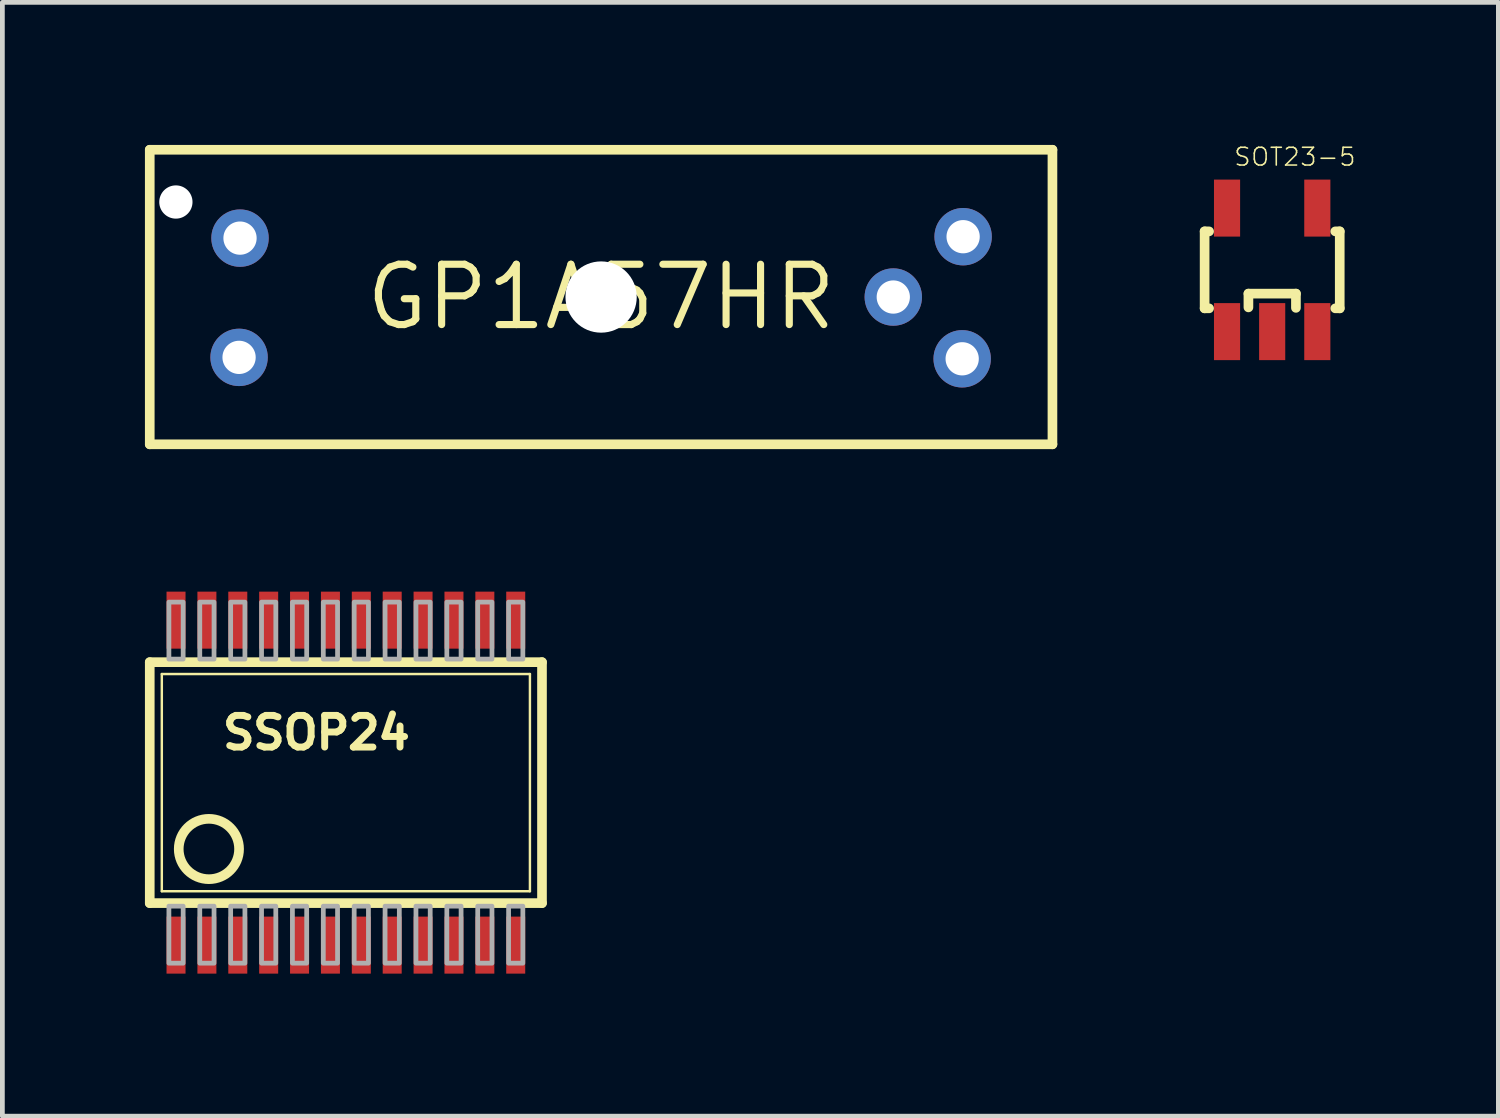
<source format=kicad_pcb>
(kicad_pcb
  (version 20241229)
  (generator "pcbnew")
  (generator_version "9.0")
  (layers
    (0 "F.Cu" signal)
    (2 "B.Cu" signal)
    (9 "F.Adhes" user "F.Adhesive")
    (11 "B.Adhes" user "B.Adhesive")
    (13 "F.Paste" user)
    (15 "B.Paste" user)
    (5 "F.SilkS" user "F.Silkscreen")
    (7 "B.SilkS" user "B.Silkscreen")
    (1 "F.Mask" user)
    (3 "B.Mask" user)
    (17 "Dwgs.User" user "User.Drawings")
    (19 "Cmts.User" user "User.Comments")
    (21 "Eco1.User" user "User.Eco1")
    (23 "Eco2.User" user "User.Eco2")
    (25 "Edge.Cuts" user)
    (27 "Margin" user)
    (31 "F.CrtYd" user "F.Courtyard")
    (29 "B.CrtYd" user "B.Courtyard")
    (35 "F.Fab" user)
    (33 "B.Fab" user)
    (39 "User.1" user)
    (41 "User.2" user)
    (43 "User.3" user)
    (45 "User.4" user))
  (footprint "SOT23-5"
    (layer "F.Cu")
    (at 23.727 2.63)
    (property "Reference" "SOT23-5" (at -0.826 -2.159 0) (unlocked yes) (layer "F.SilkS") (effects (font (size 0.374 0.374) (thickness 0.033)) (justify left bottom)))
    (fp_line (start -1.422 -0.81) (end -1.328 -0.81) (stroke (width 0.203) (type solid)) (layer "F.SilkS"))
    (fp_line (start -1.422 0.81) (end -1.422 -0.81) (stroke (width 0.203) (type solid)) (layer "F.SilkS"))
    (fp_line (start -1.328 0.81) (end -1.422 0.81) (stroke (width 0.203) (type solid)) (layer "F.SilkS"))
    (fp_line (start -0.5 0.5) (end -0.5 0.79) (stroke (width 0.203) (type solid)) (layer "F.SilkS"))
    (fp_line (start 0.5 0.5) (end -0.5 0.5) (stroke (width 0.203) (type solid)) (layer "F.SilkS"))
    (fp_line (start 0.5 0.5) (end 0.5 0.8) (stroke (width 0.203) (type solid)) (layer "F.SilkS"))
    (fp_line (start 1.328 -0.81) (end 1.422 -0.81) (stroke (width 0.203) (type solid)) (layer "F.SilkS"))
    (fp_line (start 1.422 -0.81) (end 1.422 0.81) (stroke (width 0.203) (type solid)) (layer "F.SilkS"))
    (fp_line (start 1.422 0.81) (end 1.328 0.81) (stroke (width 0.203) (type solid)) (layer "F.SilkS"))
    (pad "1" smd rect (at -0.95 1.3) (size 0.55 1.2) (layers "F.Cu" "F.Mask" "F.Paste"))
    (pad "2" smd rect (at 0 1.3) (size 0.55 1.2) (layers "F.Cu" "F.Mask" "F.Paste"))
    (pad "3" smd rect (at 0.95 1.3) (size 0.55 1.2) (layers "F.Cu" "F.Mask" "F.Paste"))
    (pad "4" smd rect (at 0.95 -1.3) (size 0.55 1.2) (layers "F.Cu" "F.Mask" "F.Paste"))
    (pad "5" smd rect (at -0.95 -1.3) (size 0.55 1.2) (layers "F.Cu" "F.Mask" "F.Paste")))
  (footprint "SSOP24"
    (layer "F.Cu")
    (at 4.23 13.423)
    (property "Reference" "SSOP24" (at -2.667 -0.66 0) (unlocked yes) (layer "F.SilkS") (effects (font (size 0.666 0.666) (thickness 0.146)) (justify left bottom)))
    (fp_line (start -4.128 2.536) (end -4.128 -2.536) (stroke (width 0.203) (type solid)) (layer "F.SilkS"))
    (fp_line (start -4.128 2.536) (end 4.128 2.536) (stroke (width 0.203) (type solid)) (layer "F.SilkS"))
    (fp_line (start -3.874 2.286) (end -3.874 -2.286) (stroke (width 0.051) (type solid)) (layer "F.SilkS"))
    (fp_line (start -3.874 2.286) (end 3.874 2.286) (stroke (width 0.051) (type solid)) (layer "F.SilkS"))
    (fp_line (start 3.874 -2.286) (end -3.874 -2.286) (stroke (width 0.051) (type solid)) (layer "F.SilkS"))
    (fp_line (start 3.874 -2.286) (end 3.874 2.286) (stroke (width 0.051) (type solid)) (layer "F.SilkS"))
    (fp_line (start 4.128 -2.536) (end -4.128 -2.536) (stroke (width 0.203) (type solid)) (layer "F.SilkS"))
    (fp_line (start 4.128 2.536) (end 4.128 -2.536) (stroke (width 0.203) (type solid)) (layer "F.SilkS"))
    (fp_circle (center -2.883 1.397) (end -2.248 1.397) (stroke (width 0.203) (type solid)) (fill no) (layer "F.SilkS"))
    (fp_poly (pts (xy -3.725 -2.6) (xy -3.425 -2.6) (xy -3.425 -3.8) (xy -3.725 -3.8)) (stroke (width 0.1) (type default)) (fill no) (layer "F.Fab"))
    (fp_poly (pts (xy -3.725 3.8) (xy -3.425 3.8) (xy -3.425 2.6) (xy -3.725 2.6)) (stroke (width 0.1) (type default)) (fill no) (layer "F.Fab"))
    (fp_poly (pts (xy -3.075 -2.6) (xy -2.775 -2.6) (xy -2.775 -3.8) (xy -3.075 -3.8)) (stroke (width 0.1) (type default)) (fill no) (layer "F.Fab"))
    (fp_poly (pts (xy -3.075 3.8) (xy -2.775 3.8) (xy -2.775 2.6) (xy -3.075 2.6)) (stroke (width 0.1) (type default)) (fill no) (layer "F.Fab"))
    (fp_poly (pts (xy -2.425 -2.6) (xy -2.125 -2.6) (xy -2.125 -3.8) (xy -2.425 -3.8)) (stroke (width 0.1) (type default)) (fill no) (layer "F.Fab"))
    (fp_poly (pts (xy -2.425 3.8) (xy -2.125 3.8) (xy -2.125 2.6) (xy -2.425 2.6)) (stroke (width 0.1) (type default)) (fill no) (layer "F.Fab"))
    (fp_poly (pts (xy -1.775 -2.6) (xy -1.475 -2.6) (xy -1.475 -3.8) (xy -1.775 -3.8)) (stroke (width 0.1) (type default)) (fill no) (layer "F.Fab"))
    (fp_poly (pts (xy -1.775 3.8) (xy -1.475 3.8) (xy -1.475 2.6) (xy -1.775 2.6)) (stroke (width 0.1) (type default)) (fill no) (layer "F.Fab"))
    (fp_poly (pts (xy -1.125 -2.6) (xy -0.825 -2.6) (xy -0.825 -3.8) (xy -1.125 -3.8)) (stroke (width 0.1) (type default)) (fill no) (layer "F.Fab"))
    (fp_poly (pts (xy -1.125 3.8) (xy -0.825 3.8) (xy -0.825 2.6) (xy -1.125 2.6)) (stroke (width 0.1) (type default)) (fill no) (layer "F.Fab"))
    (fp_poly (pts (xy -0.475 -2.6) (xy -0.175 -2.6) (xy -0.175 -3.8) (xy -0.475 -3.8)) (stroke (width 0.1) (type default)) (fill no) (layer "F.Fab"))
    (fp_poly (pts (xy -0.475 3.8) (xy -0.175 3.8) (xy -0.175 2.6) (xy -0.475 2.6)) (stroke (width 0.1) (type default)) (fill no) (layer "F.Fab"))
    (fp_poly (pts (xy 0.175 -2.6) (xy 0.475 -2.6) (xy 0.475 -3.8) (xy 0.175 -3.8)) (stroke (width 0.1) (type default)) (fill no) (layer "F.Fab"))
    (fp_poly (pts (xy 0.175 3.8) (xy 0.475 3.8) (xy 0.475 2.6) (xy 0.175 2.6)) (stroke (width 0.1) (type default)) (fill no) (layer "F.Fab"))
    (fp_poly (pts (xy 0.825 -2.6) (xy 1.125 -2.6) (xy 1.125 -3.8) (xy 0.825 -3.8)) (stroke (width 0.1) (type default)) (fill no) (layer "F.Fab"))
    (fp_poly (pts (xy 0.825 3.8) (xy 1.125 3.8) (xy 1.125 2.6) (xy 0.825 2.6)) (stroke (width 0.1) (type default)) (fill no) (layer "F.Fab"))
    (fp_poly (pts (xy 1.475 -2.6) (xy 1.775 -2.6) (xy 1.775 -3.8) (xy 1.475 -3.8)) (stroke (width 0.1) (type default)) (fill no) (layer "F.Fab"))
    (fp_poly (pts (xy 1.475 3.8) (xy 1.775 3.8) (xy 1.775 2.6) (xy 1.475 2.6)) (stroke (width 0.1) (type default)) (fill no) (layer "F.Fab"))
    (fp_poly (pts (xy 2.125 -2.6) (xy 2.425 -2.6) (xy 2.425 -3.8) (xy 2.125 -3.8)) (stroke (width 0.1) (type default)) (fill no) (layer "F.Fab"))
    (fp_poly (pts (xy 2.125 3.8) (xy 2.425 3.8) (xy 2.425 2.6) (xy 2.125 2.6)) (stroke (width 0.1) (type default)) (fill no) (layer "F.Fab"))
    (fp_poly (pts (xy 2.775 -2.6) (xy 3.075 -2.6) (xy 3.075 -3.8) (xy 2.775 -3.8)) (stroke (width 0.1) (type default)) (fill no) (layer "F.Fab"))
    (fp_poly (pts (xy 2.775 3.8) (xy 3.075 3.8) (xy 3.075 2.6) (xy 2.775 2.6)) (stroke (width 0.1) (type default)) (fill no) (layer "F.Fab"))
    (fp_poly (pts (xy 3.425 -2.6) (xy 3.725 -2.6) (xy 3.725 -3.8) (xy 3.425 -3.8)) (stroke (width 0.1) (type default)) (fill no) (layer "F.Fab"))
    (fp_poly (pts (xy 3.425 3.8) (xy 3.725 3.8) (xy 3.725 2.6) (xy 3.425 2.6)) (stroke (width 0.1) (type default)) (fill no) (layer "F.Fab"))
    (pad "1" smd rect (at -3.575 3.42) (size 0.4 1.2) (layers "F.Cu" "F.Mask" "F.Paste"))
    (pad "2" smd rect (at -2.925 3.42) (size 0.4 1.2) (layers "F.Cu" "F.Mask" "F.Paste"))
    (pad "3" smd rect (at -2.275 3.42) (size 0.4 1.2) (layers "F.Cu" "F.Mask" "F.Paste"))
    (pad "4" smd rect (at -1.625 3.42) (size 0.4 1.2) (layers "F.Cu" "F.Mask" "F.Paste"))
    (pad "5" smd rect (at -0.975 3.42) (size 0.4 1.2) (layers "F.Cu" "F.Mask" "F.Paste"))
    (pad "6" smd rect (at -0.325 3.42) (size 0.4 1.2) (layers "F.Cu" "F.Mask" "F.Paste"))
    (pad "7" smd rect (at 0.325 3.42) (size 0.4 1.2) (layers "F.Cu" "F.Mask" "F.Paste"))
    (pad "8" smd rect (at 0.975 3.42) (size 0.4 1.2) (layers "F.Cu" "F.Mask" "F.Paste"))
    (pad "9" smd rect (at 1.625 3.42) (size 0.4 1.2) (layers "F.Cu" "F.Mask" "F.Paste"))
    (pad "10" smd rect (at 2.275 3.42) (size 0.4 1.2) (layers "F.Cu" "F.Mask" "F.Paste"))
    (pad "11" smd rect (at 2.925 3.42) (size 0.4 1.2) (layers "F.Cu" "F.Mask" "F.Paste"))
    (pad "12" smd rect (at 3.575 3.42) (size 0.4 1.2) (layers "F.Cu" "F.Mask" "F.Paste"))
    (pad "13" smd rect (at 3.575 -3.42) (size 0.4 1.2) (layers "F.Cu" "F.Mask" "F.Paste"))
    (pad "14" smd rect (at 2.925 -3.42) (size 0.4 1.2) (layers "F.Cu" "F.Mask" "F.Paste"))
    (pad "15" smd rect (at 2.275 -3.42) (size 0.4 1.2) (layers "F.Cu" "F.Mask" "F.Paste"))
    (pad "16" smd rect (at 1.625 -3.42) (size 0.4 1.2) (layers "F.Cu" "F.Mask" "F.Paste"))
    (pad "17" smd rect (at 0.975 -3.42) (size 0.4 1.2) (layers "F.Cu" "F.Mask" "F.Paste"))
    (pad "18" smd rect (at 0.325 -3.42) (size 0.4 1.2) (layers "F.Cu" "F.Mask" "F.Paste"))
    (pad "19" smd rect (at -0.325 -3.42) (size 0.4 1.2) (layers "F.Cu" "F.Mask" "F.Paste"))
    (pad "20" smd rect (at -0.975 -3.42) (size 0.4 1.2) (layers "F.Cu" "F.Mask" "F.Paste"))
    (pad "21" smd rect (at -1.625 -3.42) (size 0.4 1.2) (layers "F.Cu" "F.Mask" "F.Paste"))
    (pad "22" smd rect (at -2.275 -3.42) (size 0.4 1.2) (layers "F.Cu" "F.Mask" "F.Paste"))
    (pad "23" smd rect (at -2.925 -3.42) (size 0.4 1.2) (layers "F.Cu" "F.Mask" "F.Paste"))
    (pad "24" smd rect (at -3.575 -3.42) (size 0.4 1.2) (layers "F.Cu" "F.Mask" "F.Paste")))
  (footprint "GP1A57HR"
    (layer "F.Cu")
    (at 9.602 3.202)
    (property "Reference" "GP1A57HR" (at 0 0 0) (layer "F.SilkS") (effects (font (size 1.27 1.27) (thickness 0.15))))
    (fp_line (start -9.5 -3.1) (end 9.5 -3.1) (stroke (width 0.203) (type solid)) (layer "F.SilkS"))
    (fp_line (start -9.5 3.1) (end -9.5 -3.1) (stroke (width 0.203) (type solid)) (layer "F.SilkS"))
    (fp_line (start 9.5 -3.1) (end 9.5 3.1) (stroke (width 0.203) (type solid)) (layer "F.SilkS"))
    (fp_line (start 9.5 3.1) (end -9.5 3.1) (stroke (width 0.203) (type solid)) (layer "F.SilkS"))
    (pad "" np_thru_hole circle (at -8.95 -2) (size 0.7 0.7) (drill 0.7) (layers "*.Cu" "*.Mask"))
    (pad "" np_thru_hole circle (at 0 0) (size 1.5 1.5) (drill 1.5) (layers "*.Cu" "*.Mask"))
    (pad "1" thru_hole circle (at -7.6 -1.24) (size 1.208 1.208) (drill 0.7) (layers "*.Cu" "*.Mask"))
    (pad "2" thru_hole circle (at -7.62 1.27) (size 1.208 1.208) (drill 0.7) (layers "*.Cu" "*.Mask"))
    (pad "3" thru_hole circle (at 7.6 1.3) (size 1.208 1.208) (drill 0.7) (layers "*.Cu" "*.Mask"))
    (pad "4" thru_hole circle (at 6.15 0) (size 1.208 1.208) (drill 0.7) (layers "*.Cu" "*.Mask"))
    (pad "5" thru_hole circle (at 7.62 -1.27) (size 1.208 1.208) (drill 0.7) (layers "*.Cu" "*.Mask")))
  (gr_rect
    (start -3 -3)
    (end 28.488 20.443)
    (stroke (width 0.1) (type default))
    (fill no)
    (layer "Edge.Cuts")))
</source>
